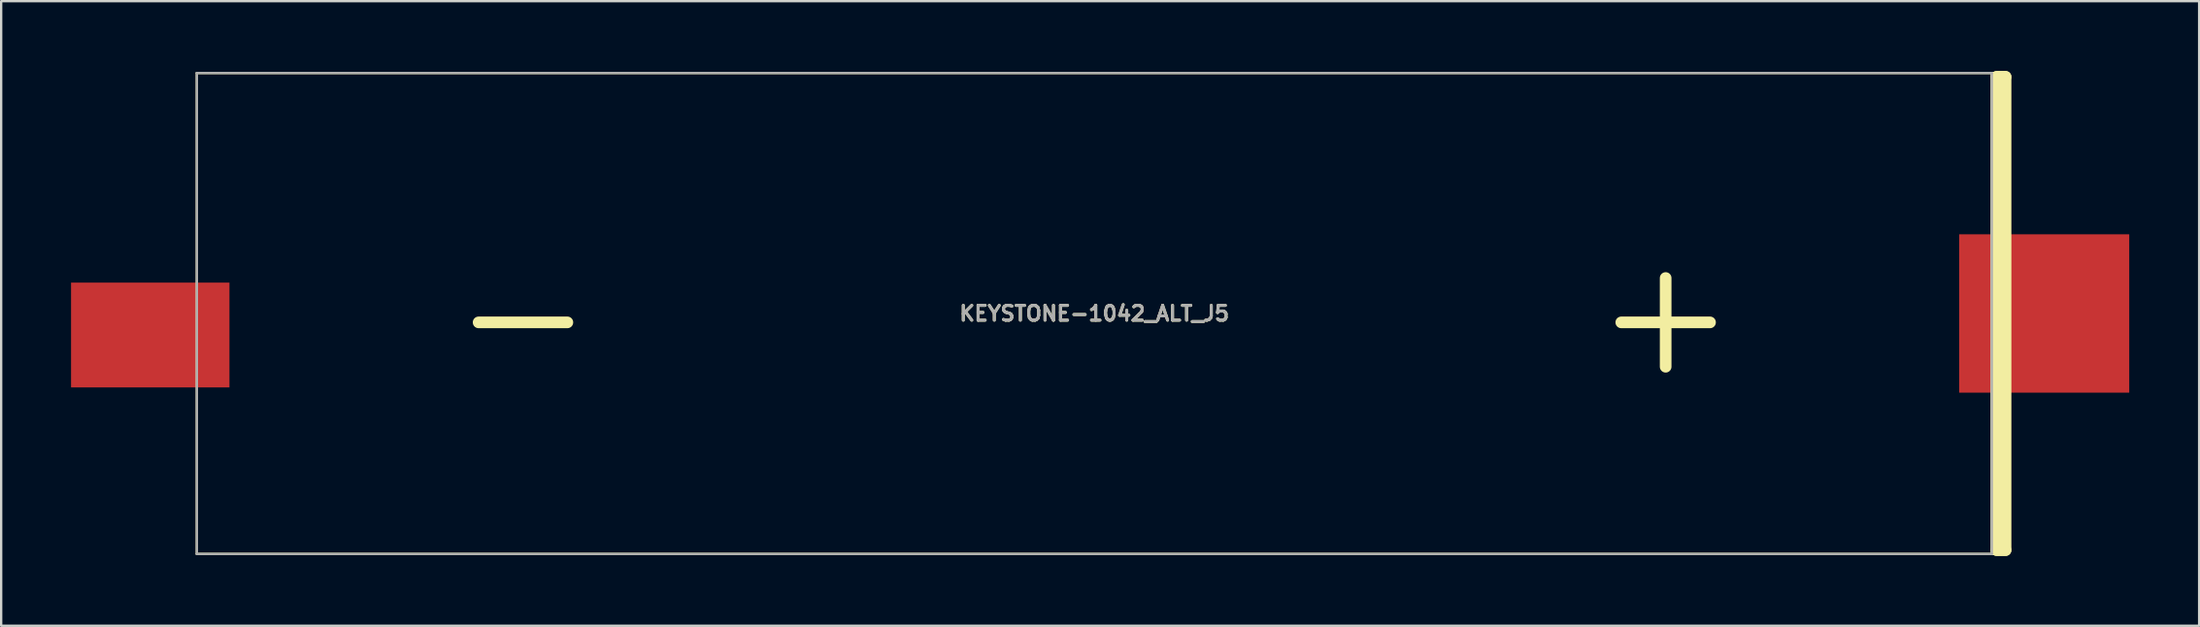
<source format=kicad_pcb>
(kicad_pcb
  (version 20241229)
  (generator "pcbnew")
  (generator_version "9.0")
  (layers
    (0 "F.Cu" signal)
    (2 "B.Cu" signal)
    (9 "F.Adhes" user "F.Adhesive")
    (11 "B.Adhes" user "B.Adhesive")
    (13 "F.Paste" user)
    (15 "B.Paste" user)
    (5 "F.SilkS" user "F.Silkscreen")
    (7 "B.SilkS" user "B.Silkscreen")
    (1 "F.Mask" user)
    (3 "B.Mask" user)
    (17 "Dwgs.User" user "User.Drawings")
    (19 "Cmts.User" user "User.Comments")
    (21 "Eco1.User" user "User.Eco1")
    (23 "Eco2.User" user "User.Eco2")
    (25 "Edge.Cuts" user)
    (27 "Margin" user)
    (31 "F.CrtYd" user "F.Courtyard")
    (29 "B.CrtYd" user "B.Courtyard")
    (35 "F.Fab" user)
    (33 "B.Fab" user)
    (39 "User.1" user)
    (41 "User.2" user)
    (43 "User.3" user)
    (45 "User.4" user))
  (footprint "KEYSTONE-1042_ALT_J5"
    (layer "F.Cu")
    (at 43.925 10.41)
    (property "Reference" "KEYSTONE-1042_ALT_J5" (at 0 0 180) (layer "F.SilkS") (effects (font (size 0.635 0.635) (thickness 0.127))))
    (attr through_hole)
    (fp_line (start -38.525 -10.325) (end 39.116 -10.325) (stroke (width 0.1) (type solid)) (layer "F.SilkS"))
    (fp_line (start -38.525 10.325) (end -38.525 -10.325) (stroke (width 0.1) (type solid)) (layer "F.SilkS"))
    (fp_line (start 38.525 -10.325) (end 38.525 10.325) (stroke (width 0.1) (type solid)) (layer "F.SilkS"))
    (fp_line (start 38.735 -10.16) (end 38.735 10.16) (stroke (width 0.5) (type solid)) (layer "F.SilkS"))
    (fp_line (start 38.735 -10.16) (end 39.116 -10.16) (stroke (width 0.5) (type solid)) (layer "F.SilkS"))
    (fp_line (start 38.735 10.16) (end 39.116 10.16) (stroke (width 0.5) (type solid)) (layer "F.SilkS"))
    (fp_line (start 38.735 10.325) (end -38.525 10.325) (stroke (width 0.1) (type solid)) (layer "F.SilkS"))
    (fp_line (start 38.862 -10.16) (end 38.862 10.16) (stroke (width 0.5) (type solid)) (layer "F.SilkS"))
    (fp_line (start 38.989 -10.16) (end 38.989 10.16) (stroke (width 0.5) (type solid)) (layer "F.SilkS"))
    (fp_line (start 39.116 -10.16) (end 39.116 10.16) (stroke (width 0.5) (type solid)) (layer "F.SilkS"))
    (fp_line (start -38.525 -10.325) (end 38.525 -10.325) (stroke (width 0.1) (type solid)) (layer "F.Fab"))
    (fp_line (start -38.525 10.325) (end -38.525 -10.325) (stroke (width 0.1) (type solid)) (layer "F.Fab"))
    (fp_line (start 38.525 -10.325) (end 38.525 10.325) (stroke (width 0.1) (type solid)) (layer "F.Fab"))
    (fp_line (start 38.525 10.325) (end -38.525 10.325) (stroke (width 0.1) (type solid)) (layer "F.Fab"))
    (fp_text user "-" (at -24.525 0 180) (layer "F.SilkS") (effects (font (size 5 5) (thickness 0.5))))
    (fp_text user "+" (at 24.525 0 180) (layer "F.SilkS") (effects (font (size 5 5) (thickness 0.5))))
    (fp_text user "${REFERENCE}" (at 0 0 180) (layer "F.Fab") (effects (font (size 0.635 0.635) (thickness 0.127))))
    (pad "" np_thru_hole circle (at -27.6 8) (size 0.001 0.001) (drill 3.45) (layers "*.Cu" "*.Mask"))
    (pad "" np_thru_hole circle (at 27.6 -8) (size 0.001 0.001) (drill 3.45) (layers "*.Cu" "*.Mask"))
    (pad "" np_thru_hole circle (at 35.93 8) (size 0.001 0.001) (drill 1.57) (layers "*.Cu" "*.Mask"))
    (pad "1" smd rect (at -40.525 0.925) (size 6.8 4.5) (layers "F.Cu" "F.Mask" "F.Paste"))
    (pad "2" smd rect (at 40.775 0) (size 7.3 6.8) (layers "F.Cu" "F.Mask" "F.Paste")))
  (gr_rect
    (start -3 -3)
    (end 91.35 23.82)
    (stroke (width 0.1) (type default))
    (fill no)
    (layer "Edge.Cuts")))
</source>
